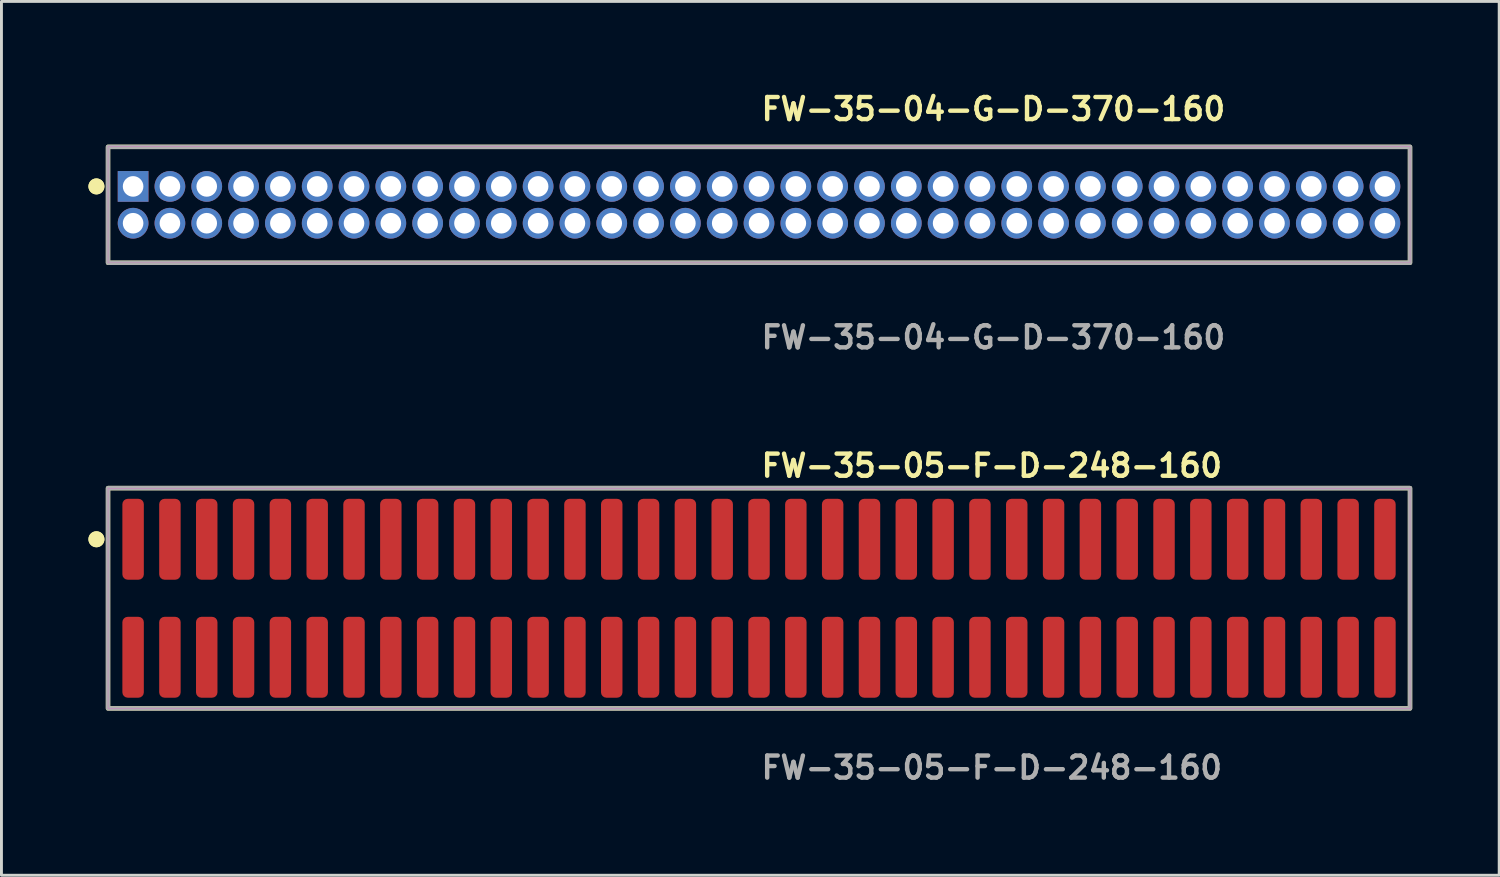
<source format=kicad_pcb>
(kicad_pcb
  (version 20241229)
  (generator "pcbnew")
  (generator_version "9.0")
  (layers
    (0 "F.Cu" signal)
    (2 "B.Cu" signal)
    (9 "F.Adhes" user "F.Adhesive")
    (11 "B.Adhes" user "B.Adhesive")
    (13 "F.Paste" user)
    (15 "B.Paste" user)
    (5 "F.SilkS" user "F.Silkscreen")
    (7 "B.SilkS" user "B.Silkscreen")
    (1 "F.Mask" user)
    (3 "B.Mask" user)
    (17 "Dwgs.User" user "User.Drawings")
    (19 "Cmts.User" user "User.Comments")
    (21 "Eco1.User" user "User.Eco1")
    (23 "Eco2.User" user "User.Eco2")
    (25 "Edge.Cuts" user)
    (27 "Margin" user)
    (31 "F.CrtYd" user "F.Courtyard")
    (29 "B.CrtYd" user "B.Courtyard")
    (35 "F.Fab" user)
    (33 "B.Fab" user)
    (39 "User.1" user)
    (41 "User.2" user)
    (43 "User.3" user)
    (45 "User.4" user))
  (footprint "FW-35-05-F-D-248-160"
    (layer "F.Cu")
    (at 23.131 17.586)
    (property "Reference" "FW-35-05-F-D-248-160" (at 0 -4.572 0) (unlocked yes) (layer "F.SilkS") (effects (font (size 0.762 0.762) (thickness 0.152)) (justify left)))
    (fp_rect (start -22.455 3.8) (end 22.455 -3.8) (stroke (width 0.152) (type solid)) (fill no) (layer "F.SilkS"))
    (fp_circle (center -22.855 -2.035) (end -23.055 -2.035) (stroke (width 0.152) (type solid)) (fill yes) (layer "F.SilkS"))
    (fp_circle (center -22.855 -2.035) (end -23.055 -2.035) (stroke (width 0.152) (type solid)) (fill yes) (layer "F.SilkS"))
    (fp_rect (start -22.455 3.8) (end 22.455 -3.8) (stroke (width 0.006) (type solid)) (fill no) (layer "F.CrtYd"))
    (fp_rect (start -22.455 3.8) (end 22.455 -3.8) (stroke (width 0.152) (type solid)) (fill no) (layer "F.Fab"))
    (fp_text user "${REFERENCE}" (at 0 5.842 0) (unlocked yes) (layer "F.Fab") (effects (font (size 0.762 0.762) (thickness 0.152)) (justify left)))
    (pad "1" smd roundrect (at -21.59 -2.035) (size 0.74 2.79) (layers "F.Cu" "F.Paste") (roundrect_rratio 0.25))
    (pad "2" smd roundrect (at -21.59 2.035) (size 0.74 2.79) (layers "F.Cu" "F.Paste") (roundrect_rratio 0.25))
    (pad "3" smd roundrect (at -20.32 -2.035) (size 0.74 2.79) (layers "F.Cu" "F.Paste") (roundrect_rratio 0.25))
    (pad "4" smd roundrect (at -20.32 2.035) (size 0.74 2.79) (layers "F.Cu" "F.Paste") (roundrect_rratio 0.25))
    (pad "5" smd roundrect (at -19.05 -2.035) (size 0.74 2.79) (layers "F.Cu" "F.Paste") (roundrect_rratio 0.25))
    (pad "6" smd roundrect (at -19.05 2.035) (size 0.74 2.79) (layers "F.Cu" "F.Paste") (roundrect_rratio 0.25))
    (pad "7" smd roundrect (at -17.78 -2.035) (size 0.74 2.79) (layers "F.Cu" "F.Paste") (roundrect_rratio 0.25))
    (pad "8" smd roundrect (at -17.78 2.035) (size 0.74 2.79) (layers "F.Cu" "F.Paste") (roundrect_rratio 0.25))
    (pad "9" smd roundrect (at -16.51 -2.035) (size 0.74 2.79) (layers "F.Cu" "F.Paste") (roundrect_rratio 0.25))
    (pad "10" smd roundrect (at -16.51 2.035) (size 0.74 2.79) (layers "F.Cu" "F.Paste") (roundrect_rratio 0.25))
    (pad "11" smd roundrect (at -15.24 -2.035) (size 0.74 2.79) (layers "F.Cu" "F.Paste") (roundrect_rratio 0.25))
    (pad "12" smd roundrect (at -15.24 2.035) (size 0.74 2.79) (layers "F.Cu" "F.Paste") (roundrect_rratio 0.25))
    (pad "13" smd roundrect (at -13.97 -2.035) (size 0.74 2.79) (layers "F.Cu" "F.Paste") (roundrect_rratio 0.25))
    (pad "14" smd roundrect (at -13.97 2.035) (size 0.74 2.79) (layers "F.Cu" "F.Paste") (roundrect_rratio 0.25))
    (pad "15" smd roundrect (at -12.7 -2.035) (size 0.74 2.79) (layers "F.Cu" "F.Paste") (roundrect_rratio 0.25))
    (pad "16" smd roundrect (at -12.7 2.035) (size 0.74 2.79) (layers "F.Cu" "F.Paste") (roundrect_rratio 0.25))
    (pad "17" smd roundrect (at -11.43 -2.035) (size 0.74 2.79) (layers "F.Cu" "F.Paste") (roundrect_rratio 0.25))
    (pad "18" smd roundrect (at -11.43 2.035) (size 0.74 2.79) (layers "F.Cu" "F.Paste") (roundrect_rratio 0.25))
    (pad "19" smd roundrect (at -10.16 -2.035) (size 0.74 2.79) (layers "F.Cu" "F.Paste") (roundrect_rratio 0.25))
    (pad "20" smd roundrect (at -10.16 2.035) (size 0.74 2.79) (layers "F.Cu" "F.Paste") (roundrect_rratio 0.25))
    (pad "21" smd roundrect (at -8.89 -2.035) (size 0.74 2.79) (layers "F.Cu" "F.Paste") (roundrect_rratio 0.25))
    (pad "22" smd roundrect (at -8.89 2.035) (size 0.74 2.79) (layers "F.Cu" "F.Paste") (roundrect_rratio 0.25))
    (pad "23" smd roundrect (at -7.62 -2.035) (size 0.74 2.79) (layers "F.Cu" "F.Paste") (roundrect_rratio 0.25))
    (pad "24" smd roundrect (at -7.62 2.035) (size 0.74 2.79) (layers "F.Cu" "F.Paste") (roundrect_rratio 0.25))
    (pad "25" smd roundrect (at -6.35 -2.035) (size 0.74 2.79) (layers "F.Cu" "F.Paste") (roundrect_rratio 0.25))
    (pad "26" smd roundrect (at -6.35 2.035) (size 0.74 2.79) (layers "F.Cu" "F.Paste") (roundrect_rratio 0.25))
    (pad "27" smd roundrect (at -5.08 -2.035) (size 0.74 2.79) (layers "F.Cu" "F.Paste") (roundrect_rratio 0.25))
    (pad "28" smd roundrect (at -5.08 2.035) (size 0.74 2.79) (layers "F.Cu" "F.Paste") (roundrect_rratio 0.25))
    (pad "29" smd roundrect (at -3.81 -2.035) (size 0.74 2.79) (layers "F.Cu" "F.Paste") (roundrect_rratio 0.25))
    (pad "30" smd roundrect (at -3.81 2.035) (size 0.74 2.79) (layers "F.Cu" "F.Paste") (roundrect_rratio 0.25))
    (pad "31" smd roundrect (at -2.54 -2.035) (size 0.74 2.79) (layers "F.Cu" "F.Paste") (roundrect_rratio 0.25))
    (pad "32" smd roundrect (at -2.54 2.035) (size 0.74 2.79) (layers "F.Cu" "F.Paste") (roundrect_rratio 0.25))
    (pad "33" smd roundrect (at -1.27 -2.035) (size 0.74 2.79) (layers "F.Cu" "F.Paste") (roundrect_rratio 0.25))
    (pad "34" smd roundrect (at -1.27 2.035) (size 0.74 2.79) (layers "F.Cu" "F.Paste") (roundrect_rratio 0.25))
    (pad "35" smd roundrect (at 0 -2.035) (size 0.74 2.79) (layers "F.Cu" "F.Paste") (roundrect_rratio 0.25))
    (pad "36" smd roundrect (at 0 2.035) (size 0.74 2.79) (layers "F.Cu" "F.Paste") (roundrect_rratio 0.25))
    (pad "37" smd roundrect (at 1.27 -2.035) (size 0.74 2.79) (layers "F.Cu" "F.Paste") (roundrect_rratio 0.25))
    (pad "38" smd roundrect (at 1.27 2.035) (size 0.74 2.79) (layers "F.Cu" "F.Paste") (roundrect_rratio 0.25))
    (pad "39" smd roundrect (at 2.54 -2.035) (size 0.74 2.79) (layers "F.Cu" "F.Paste") (roundrect_rratio 0.25))
    (pad "40" smd roundrect (at 2.54 2.035) (size 0.74 2.79) (layers "F.Cu" "F.Paste") (roundrect_rratio 0.25))
    (pad "41" smd roundrect (at 3.81 -2.035) (size 0.74 2.79) (layers "F.Cu" "F.Paste") (roundrect_rratio 0.25))
    (pad "42" smd roundrect (at 3.81 2.035) (size 0.74 2.79) (layers "F.Cu" "F.Paste") (roundrect_rratio 0.25))
    (pad "43" smd roundrect (at 5.08 -2.035) (size 0.74 2.79) (layers "F.Cu" "F.Paste") (roundrect_rratio 0.25))
    (pad "44" smd roundrect (at 5.08 2.035) (size 0.74 2.79) (layers "F.Cu" "F.Paste") (roundrect_rratio 0.25))
    (pad "45" smd roundrect (at 6.35 -2.035) (size 0.74 2.79) (layers "F.Cu" "F.Paste") (roundrect_rratio 0.25))
    (pad "46" smd roundrect (at 6.35 2.035) (size 0.74 2.79) (layers "F.Cu" "F.Paste") (roundrect_rratio 0.25))
    (pad "47" smd roundrect (at 7.62 -2.035) (size 0.74 2.79) (layers "F.Cu" "F.Paste") (roundrect_rratio 0.25))
    (pad "48" smd roundrect (at 7.62 2.035) (size 0.74 2.79) (layers "F.Cu" "F.Paste") (roundrect_rratio 0.25))
    (pad "49" smd roundrect (at 8.89 -2.035) (size 0.74 2.79) (layers "F.Cu" "F.Paste") (roundrect_rratio 0.25))
    (pad "50" smd roundrect (at 8.89 2.035) (size 0.74 2.79) (layers "F.Cu" "F.Paste") (roundrect_rratio 0.25))
    (pad "51" smd roundrect (at 10.16 -2.035) (size 0.74 2.79) (layers "F.Cu" "F.Paste") (roundrect_rratio 0.25))
    (pad "52" smd roundrect (at 10.16 2.035) (size 0.74 2.79) (layers "F.Cu" "F.Paste") (roundrect_rratio 0.25))
    (pad "53" smd roundrect (at 11.43 -2.035) (size 0.74 2.79) (layers "F.Cu" "F.Paste") (roundrect_rratio 0.25))
    (pad "54" smd roundrect (at 11.43 2.035) (size 0.74 2.79) (layers "F.Cu" "F.Paste") (roundrect_rratio 0.25))
    (pad "55" smd roundrect (at 12.7 -2.035) (size 0.74 2.79) (layers "F.Cu" "F.Paste") (roundrect_rratio 0.25))
    (pad "56" smd roundrect (at 12.7 2.035) (size 0.74 2.79) (layers "F.Cu" "F.Paste") (roundrect_rratio 0.25))
    (pad "57" smd roundrect (at 13.97 -2.035) (size 0.74 2.79) (layers "F.Cu" "F.Paste") (roundrect_rratio 0.25))
    (pad "58" smd roundrect (at 13.97 2.035) (size 0.74 2.79) (layers "F.Cu" "F.Paste") (roundrect_rratio 0.25))
    (pad "59" smd roundrect (at 15.24 -2.035) (size 0.74 2.79) (layers "F.Cu" "F.Paste") (roundrect_rratio 0.25))
    (pad "60" smd roundrect (at 15.24 2.035) (size 0.74 2.79) (layers "F.Cu" "F.Paste") (roundrect_rratio 0.25))
    (pad "61" smd roundrect (at 16.51 -2.035) (size 0.74 2.79) (layers "F.Cu" "F.Paste") (roundrect_rratio 0.25))
    (pad "62" smd roundrect (at 16.51 2.035) (size 0.74 2.79) (layers "F.Cu" "F.Paste") (roundrect_rratio 0.25))
    (pad "63" smd roundrect (at 17.78 -2.035) (size 0.74 2.79) (layers "F.Cu" "F.Paste") (roundrect_rratio 0.25))
    (pad "64" smd roundrect (at 17.78 2.035) (size 0.74 2.79) (layers "F.Cu" "F.Paste") (roundrect_rratio 0.25))
    (pad "65" smd roundrect (at 19.05 -2.035) (size 0.74 2.79) (layers "F.Cu" "F.Paste") (roundrect_rratio 0.25))
    (pad "66" smd roundrect (at 19.05 2.035) (size 0.74 2.79) (layers "F.Cu" "F.Paste") (roundrect_rratio 0.25))
    (pad "67" smd roundrect (at 20.32 -2.035) (size 0.74 2.79) (layers "F.Cu" "F.Paste") (roundrect_rratio 0.25))
    (pad "68" smd roundrect (at 20.32 2.035) (size 0.74 2.79) (layers "F.Cu" "F.Paste") (roundrect_rratio 0.25))
    (pad "69" smd roundrect (at 21.59 -2.035) (size 0.74 2.79) (layers "F.Cu" "F.Paste") (roundrect_rratio 0.25))
    (pad "70" smd roundrect (at 21.59 2.035) (size 0.74 2.79) (layers "F.Cu" "F.Paste") (roundrect_rratio 0.25)))
  (footprint "FW-35-04-G-D-370-160"
    (layer "F.Cu")
    (at 23.131 4.015)
    (property "Reference" "FW-35-04-G-D-370-160" (at 0 -3.302 0) (unlocked yes) (layer "F.SilkS") (effects (font (size 0.762 0.762) (thickness 0.152)) (justify left)))
    (fp_rect (start -22.455 2) (end 22.455 -2) (stroke (width 0.152) (type solid)) (fill no) (layer "F.SilkS"))
    (fp_circle (center -22.855 -0.635) (end -23.055 -0.635) (stroke (width 0.152) (type solid)) (fill yes) (layer "F.SilkS"))
    (fp_circle (center -22.855 -0.635) (end -23.055 -0.635) (stroke (width 0.152) (type solid)) (fill yes) (layer "F.SilkS"))
    (fp_rect (start -22.455 2) (end 22.455 -2) (stroke (width 0.006) (type solid)) (fill no) (layer "F.CrtYd"))
    (fp_rect (start -22.455 2) (end 22.455 -2) (stroke (width 0.152) (type solid)) (fill no) (layer "F.Fab"))
    (fp_text user "${REFERENCE}" (at 0 4.572 0) (unlocked yes) (layer "F.Fab") (effects (font (size 0.762 0.762) (thickness 0.152)) (justify left)))
    (pad "1" thru_hole rect (at -21.59 -0.635) (size 1.06 1.06) (drill 0.71) (layers "*.Cu" "*.Mask"))
    (pad "2" thru_hole circle (at -21.59 0.635) (size 1.06 1.06) (drill 0.71) (layers "*.Cu" "*.Mask"))
    (pad "3" thru_hole circle (at -20.32 -0.635) (size 1.06 1.06) (drill 0.71) (layers "*.Cu" "*.Mask"))
    (pad "4" thru_hole circle (at -20.32 0.635) (size 1.06 1.06) (drill 0.71) (layers "*.Cu" "*.Mask"))
    (pad "5" thru_hole circle (at -19.05 -0.635) (size 1.06 1.06) (drill 0.71) (layers "*.Cu" "*.Mask"))
    (pad "6" thru_hole circle (at -19.05 0.635) (size 1.06 1.06) (drill 0.71) (layers "*.Cu" "*.Mask"))
    (pad "7" thru_hole circle (at -17.78 -0.635) (size 1.06 1.06) (drill 0.71) (layers "*.Cu" "*.Mask"))
    (pad "8" thru_hole circle (at -17.78 0.635) (size 1.06 1.06) (drill 0.71) (layers "*.Cu" "*.Mask"))
    (pad "9" thru_hole circle (at -16.51 -0.635) (size 1.06 1.06) (drill 0.71) (layers "*.Cu" "*.Mask"))
    (pad "10" thru_hole circle (at -16.51 0.635) (size 1.06 1.06) (drill 0.71) (layers "*.Cu" "*.Mask"))
    (pad "11" thru_hole circle (at -15.24 -0.635) (size 1.06 1.06) (drill 0.71) (layers "*.Cu" "*.Mask"))
    (pad "12" thru_hole circle (at -15.24 0.635) (size 1.06 1.06) (drill 0.71) (layers "*.Cu" "*.Mask"))
    (pad "13" thru_hole circle (at -13.97 -0.635) (size 1.06 1.06) (drill 0.71) (layers "*.Cu" "*.Mask"))
    (pad "14" thru_hole circle (at -13.97 0.635) (size 1.06 1.06) (drill 0.71) (layers "*.Cu" "*.Mask"))
    (pad "15" thru_hole circle (at -12.7 -0.635) (size 1.06 1.06) (drill 0.71) (layers "*.Cu" "*.Mask"))
    (pad "16" thru_hole circle (at -12.7 0.635) (size 1.06 1.06) (drill 0.71) (layers "*.Cu" "*.Mask"))
    (pad "17" thru_hole circle (at -11.43 -0.635) (size 1.06 1.06) (drill 0.71) (layers "*.Cu" "*.Mask"))
    (pad "18" thru_hole circle (at -11.43 0.635) (size 1.06 1.06) (drill 0.71) (layers "*.Cu" "*.Mask"))
    (pad "19" thru_hole circle (at -10.16 -0.635) (size 1.06 1.06) (drill 0.71) (layers "*.Cu" "*.Mask"))
    (pad "20" thru_hole circle (at -10.16 0.635) (size 1.06 1.06) (drill 0.71) (layers "*.Cu" "*.Mask"))
    (pad "21" thru_hole circle (at -8.89 -0.635) (size 1.06 1.06) (drill 0.71) (layers "*.Cu" "*.Mask"))
    (pad "22" thru_hole circle (at -8.89 0.635) (size 1.06 1.06) (drill 0.71) (layers "*.Cu" "*.Mask"))
    (pad "23" thru_hole circle (at -7.62 -0.635) (size 1.06 1.06) (drill 0.71) (layers "*.Cu" "*.Mask"))
    (pad "24" thru_hole circle (at -7.62 0.635) (size 1.06 1.06) (drill 0.71) (layers "*.Cu" "*.Mask"))
    (pad "25" thru_hole circle (at -6.35 -0.635) (size 1.06 1.06) (drill 0.71) (layers "*.Cu" "*.Mask"))
    (pad "26" thru_hole circle (at -6.35 0.635) (size 1.06 1.06) (drill 0.71) (layers "*.Cu" "*.Mask"))
    (pad "27" thru_hole circle (at -5.08 -0.635) (size 1.06 1.06) (drill 0.71) (layers "*.Cu" "*.Mask"))
    (pad "28" thru_hole circle (at -5.08 0.635) (size 1.06 1.06) (drill 0.71) (layers "*.Cu" "*.Mask"))
    (pad "29" thru_hole circle (at -3.81 -0.635) (size 1.06 1.06) (drill 0.71) (layers "*.Cu" "*.Mask"))
    (pad "30" thru_hole circle (at -3.81 0.635) (size 1.06 1.06) (drill 0.71) (layers "*.Cu" "*.Mask"))
    (pad "31" thru_hole circle (at -2.54 -0.635) (size 1.06 1.06) (drill 0.71) (layers "*.Cu" "*.Mask"))
    (pad "32" thru_hole circle (at -2.54 0.635) (size 1.06 1.06) (drill 0.71) (layers "*.Cu" "*.Mask"))
    (pad "33" thru_hole circle (at -1.27 -0.635) (size 1.06 1.06) (drill 0.71) (layers "*.Cu" "*.Mask"))
    (pad "34" thru_hole circle (at -1.27 0.635) (size 1.06 1.06) (drill 0.71) (layers "*.Cu" "*.Mask"))
    (pad "35" thru_hole circle (at 0 -0.635) (size 1.06 1.06) (drill 0.71) (layers "*.Cu" "*.Mask"))
    (pad "36" thru_hole circle (at 0 0.635) (size 1.06 1.06) (drill 0.71) (layers "*.Cu" "*.Mask"))
    (pad "37" thru_hole circle (at 1.27 -0.635) (size 1.06 1.06) (drill 0.71) (layers "*.Cu" "*.Mask"))
    (pad "38" thru_hole circle (at 1.27 0.635) (size 1.06 1.06) (drill 0.71) (layers "*.Cu" "*.Mask"))
    (pad "39" thru_hole circle (at 2.54 -0.635) (size 1.06 1.06) (drill 0.71) (layers "*.Cu" "*.Mask"))
    (pad "40" thru_hole circle (at 2.54 0.635) (size 1.06 1.06) (drill 0.71) (layers "*.Cu" "*.Mask"))
    (pad "41" thru_hole circle (at 3.81 -0.635) (size 1.06 1.06) (drill 0.71) (layers "*.Cu" "*.Mask"))
    (pad "42" thru_hole circle (at 3.81 0.635) (size 1.06 1.06) (drill 0.71) (layers "*.Cu" "*.Mask"))
    (pad "43" thru_hole circle (at 5.08 -0.635) (size 1.06 1.06) (drill 0.71) (layers "*.Cu" "*.Mask"))
    (pad "44" thru_hole circle (at 5.08 0.635) (size 1.06 1.06) (drill 0.71) (layers "*.Cu" "*.Mask"))
    (pad "45" thru_hole circle (at 6.35 -0.635) (size 1.06 1.06) (drill 0.71) (layers "*.Cu" "*.Mask"))
    (pad "46" thru_hole circle (at 6.35 0.635) (size 1.06 1.06) (drill 0.71) (layers "*.Cu" "*.Mask"))
    (pad "47" thru_hole circle (at 7.62 -0.635) (size 1.06 1.06) (drill 0.71) (layers "*.Cu" "*.Mask"))
    (pad "48" thru_hole circle (at 7.62 0.635) (size 1.06 1.06) (drill 0.71) (layers "*.Cu" "*.Mask"))
    (pad "49" thru_hole circle (at 8.89 -0.635) (size 1.06 1.06) (drill 0.71) (layers "*.Cu" "*.Mask"))
    (pad "50" thru_hole circle (at 8.89 0.635) (size 1.06 1.06) (drill 0.71) (layers "*.Cu" "*.Mask"))
    (pad "51" thru_hole circle (at 10.16 -0.635) (size 1.06 1.06) (drill 0.71) (layers "*.Cu" "*.Mask"))
    (pad "52" thru_hole circle (at 10.16 0.635) (size 1.06 1.06) (drill 0.71) (layers "*.Cu" "*.Mask"))
    (pad "53" thru_hole circle (at 11.43 -0.635) (size 1.06 1.06) (drill 0.71) (layers "*.Cu" "*.Mask"))
    (pad "54" thru_hole circle (at 11.43 0.635) (size 1.06 1.06) (drill 0.71) (layers "*.Cu" "*.Mask"))
    (pad "55" thru_hole circle (at 12.7 -0.635) (size 1.06 1.06) (drill 0.71) (layers "*.Cu" "*.Mask"))
    (pad "56" thru_hole circle (at 12.7 0.635) (size 1.06 1.06) (drill 0.71) (layers "*.Cu" "*.Mask"))
    (pad "57" thru_hole circle (at 13.97 -0.635) (size 1.06 1.06) (drill 0.71) (layers "*.Cu" "*.Mask"))
    (pad "58" thru_hole circle (at 13.97 0.635) (size 1.06 1.06) (drill 0.71) (layers "*.Cu" "*.Mask"))
    (pad "59" thru_hole circle (at 15.24 -0.635) (size 1.06 1.06) (drill 0.71) (layers "*.Cu" "*.Mask"))
    (pad "60" thru_hole circle (at 15.24 0.635) (size 1.06 1.06) (drill 0.71) (layers "*.Cu" "*.Mask"))
    (pad "61" thru_hole circle (at 16.51 -0.635) (size 1.06 1.06) (drill 0.71) (layers "*.Cu" "*.Mask"))
    (pad "62" thru_hole circle (at 16.51 0.635) (size 1.06 1.06) (drill 0.71) (layers "*.Cu" "*.Mask"))
    (pad "63" thru_hole circle (at 17.78 -0.635) (size 1.06 1.06) (drill 0.71) (layers "*.Cu" "*.Mask"))
    (pad "64" thru_hole circle (at 17.78 0.635) (size 1.06 1.06) (drill 0.71) (layers "*.Cu" "*.Mask"))
    (pad "65" thru_hole circle (at 19.05 -0.635) (size 1.06 1.06) (drill 0.71) (layers "*.Cu" "*.Mask"))
    (pad "66" thru_hole circle (at 19.05 0.635) (size 1.06 1.06) (drill 0.71) (layers "*.Cu" "*.Mask"))
    (pad "67" thru_hole circle (at 20.32 -0.635) (size 1.06 1.06) (drill 0.71) (layers "*.Cu" "*.Mask"))
    (pad "68" thru_hole circle (at 20.32 0.635) (size 1.06 1.06) (drill 0.71) (layers "*.Cu" "*.Mask"))
    (pad "69" thru_hole circle (at 21.59 -0.635) (size 1.06 1.06) (drill 0.71) (layers "*.Cu" "*.Mask"))
    (pad "70" thru_hole circle (at 21.59 0.635) (size 1.06 1.06) (drill 0.71) (layers "*.Cu" "*.Mask")))
  (gr_rect
    (start -3 -3)
    (end 48.662 27.141)
    (stroke (width 0.1) (type default))
    (fill no)
    (layer "Edge.Cuts")))
</source>
